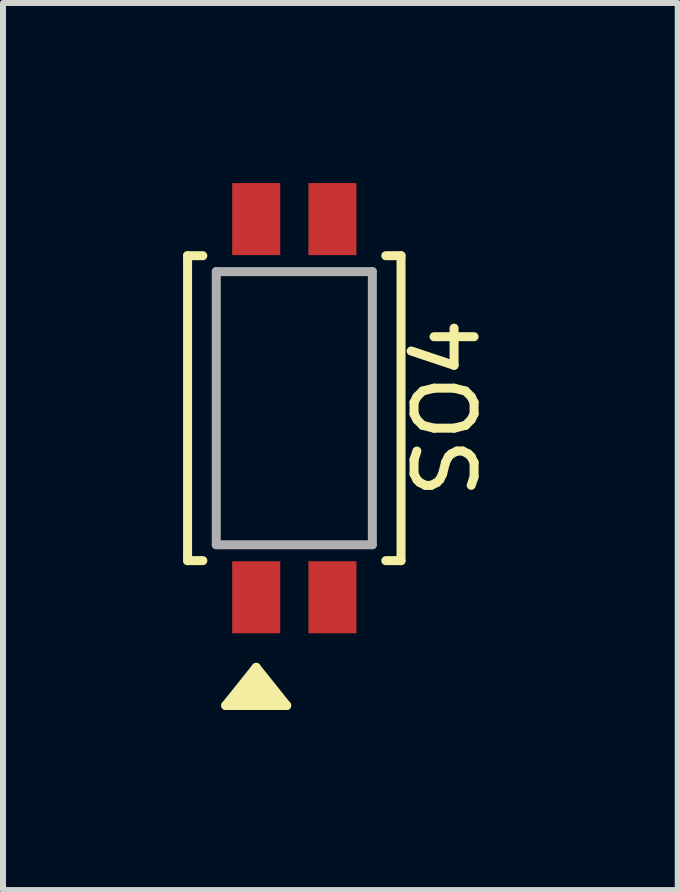
<source format=kicad_pcb>
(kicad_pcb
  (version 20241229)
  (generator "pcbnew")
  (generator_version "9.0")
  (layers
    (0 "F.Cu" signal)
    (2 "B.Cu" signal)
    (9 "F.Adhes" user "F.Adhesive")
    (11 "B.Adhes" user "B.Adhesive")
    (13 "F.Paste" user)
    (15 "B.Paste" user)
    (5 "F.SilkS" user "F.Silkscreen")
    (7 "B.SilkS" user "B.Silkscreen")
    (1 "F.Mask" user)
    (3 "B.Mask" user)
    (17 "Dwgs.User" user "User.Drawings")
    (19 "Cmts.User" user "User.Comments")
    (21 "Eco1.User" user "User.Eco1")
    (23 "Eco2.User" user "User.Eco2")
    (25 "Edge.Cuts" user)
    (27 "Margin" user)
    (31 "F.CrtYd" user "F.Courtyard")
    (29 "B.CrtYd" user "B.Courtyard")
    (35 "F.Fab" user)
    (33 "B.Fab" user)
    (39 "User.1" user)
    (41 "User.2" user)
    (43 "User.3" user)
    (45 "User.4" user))
  (footprint "SO4"
    (layer "F.Cu")
    (at 1.853 3.75)
    (property "Reference" "SO4" (at 2.54 0 90) (layer "F.SilkS") (effects (font (size 1 1) (thickness 0.15))))
    (attr through_hole)
    (fp_line (start -1.778 -2.54) (end -1.778 2.54) (stroke (width 0.15) (type solid)) (layer "F.SilkS"))
    (fp_line (start -1.778 2.54) (end -1.524 2.54) (stroke (width 0.15) (type solid)) (layer "F.SilkS"))
    (fp_line (start -1.524 -2.54) (end -1.778 -2.54) (stroke (width 0.15) (type solid)) (layer "F.SilkS"))
    (fp_line (start -1.143 4.953) (end -0.127 4.953) (stroke (width 0.15) (type solid)) (layer "F.SilkS"))
    (fp_line (start -0.762 4.953) (end -0.635 4.699) (stroke (width 0.15) (type solid)) (layer "F.SilkS"))
    (fp_line (start -0.635 4.318) (end -1.143 4.953) (stroke (width 0.15) (type solid)) (layer "F.SilkS"))
    (fp_line (start -0.635 4.445) (end -1.016 4.953) (stroke (width 0.15) (type solid)) (layer "F.SilkS"))
    (fp_line (start -0.635 4.445) (end -0.254 4.953) (stroke (width 0.15) (type solid)) (layer "F.SilkS"))
    (fp_line (start -0.635 4.572) (end -0.889 4.953) (stroke (width 0.15) (type solid)) (layer "F.SilkS"))
    (fp_line (start -0.635 4.699) (end -0.508 4.953) (stroke (width 0.15) (type solid)) (layer "F.SilkS"))
    (fp_line (start -0.508 4.953) (end -0.635 4.826) (stroke (width 0.15) (type solid)) (layer "F.SilkS"))
    (fp_line (start -0.381 4.953) (end -0.635 4.572) (stroke (width 0.15) (type solid)) (layer "F.SilkS"))
    (fp_line (start -0.127 4.953) (end -0.635 4.318) (stroke (width 0.15) (type solid)) (layer "F.SilkS"))
    (fp_line (start 1.524 -2.54) (end 1.778 -2.54) (stroke (width 0.15) (type solid)) (layer "F.SilkS"))
    (fp_line (start 1.778 -2.54) (end 1.778 2.54) (stroke (width 0.15) (type solid)) (layer "F.SilkS"))
    (fp_line (start 1.778 2.54) (end 1.524 2.54) (stroke (width 0.15) (type solid)) (layer "F.SilkS"))
    (fp_line (start -1.3 -2.275) (end 1.3 -2.275) (stroke (width 0.15) (type solid)) (layer "F.Fab"))
    (fp_line (start -1.3 2.275) (end -1.3 -2.275) (stroke (width 0.15) (type solid)) (layer "F.Fab"))
    (fp_line (start 1.3 -2.275) (end 1.3 2.275) (stroke (width 0.15) (type solid)) (layer "F.Fab"))
    (fp_line (start 1.3 2.275) (end -1.3 2.275) (stroke (width 0.15) (type solid)) (layer "F.Fab"))
    (pad "1" smd rect (at -0.635 3.15) (size 0.8 1.2) (layers "F.Cu" "F.Mask" "F.Paste"))
    (pad "2" smd rect (at 0.635 3.15) (size 0.8 1.2) (layers "F.Cu" "F.Mask" "F.Paste"))
    (pad "3" smd rect (at 0.635 -3.15) (size 0.8 1.2) (layers "F.Cu" "F.Mask" "F.Paste"))
    (pad "4" smd rect (at -0.635 -3.15) (size 0.8 1.2) (layers "F.Cu" "F.Mask" "F.Paste")))
  (gr_rect
    (start -3 -3)
    (end 8.241 11.778)
    (stroke (width 0.1) (type default))
    (fill no)
    (layer "Edge.Cuts")))
</source>
